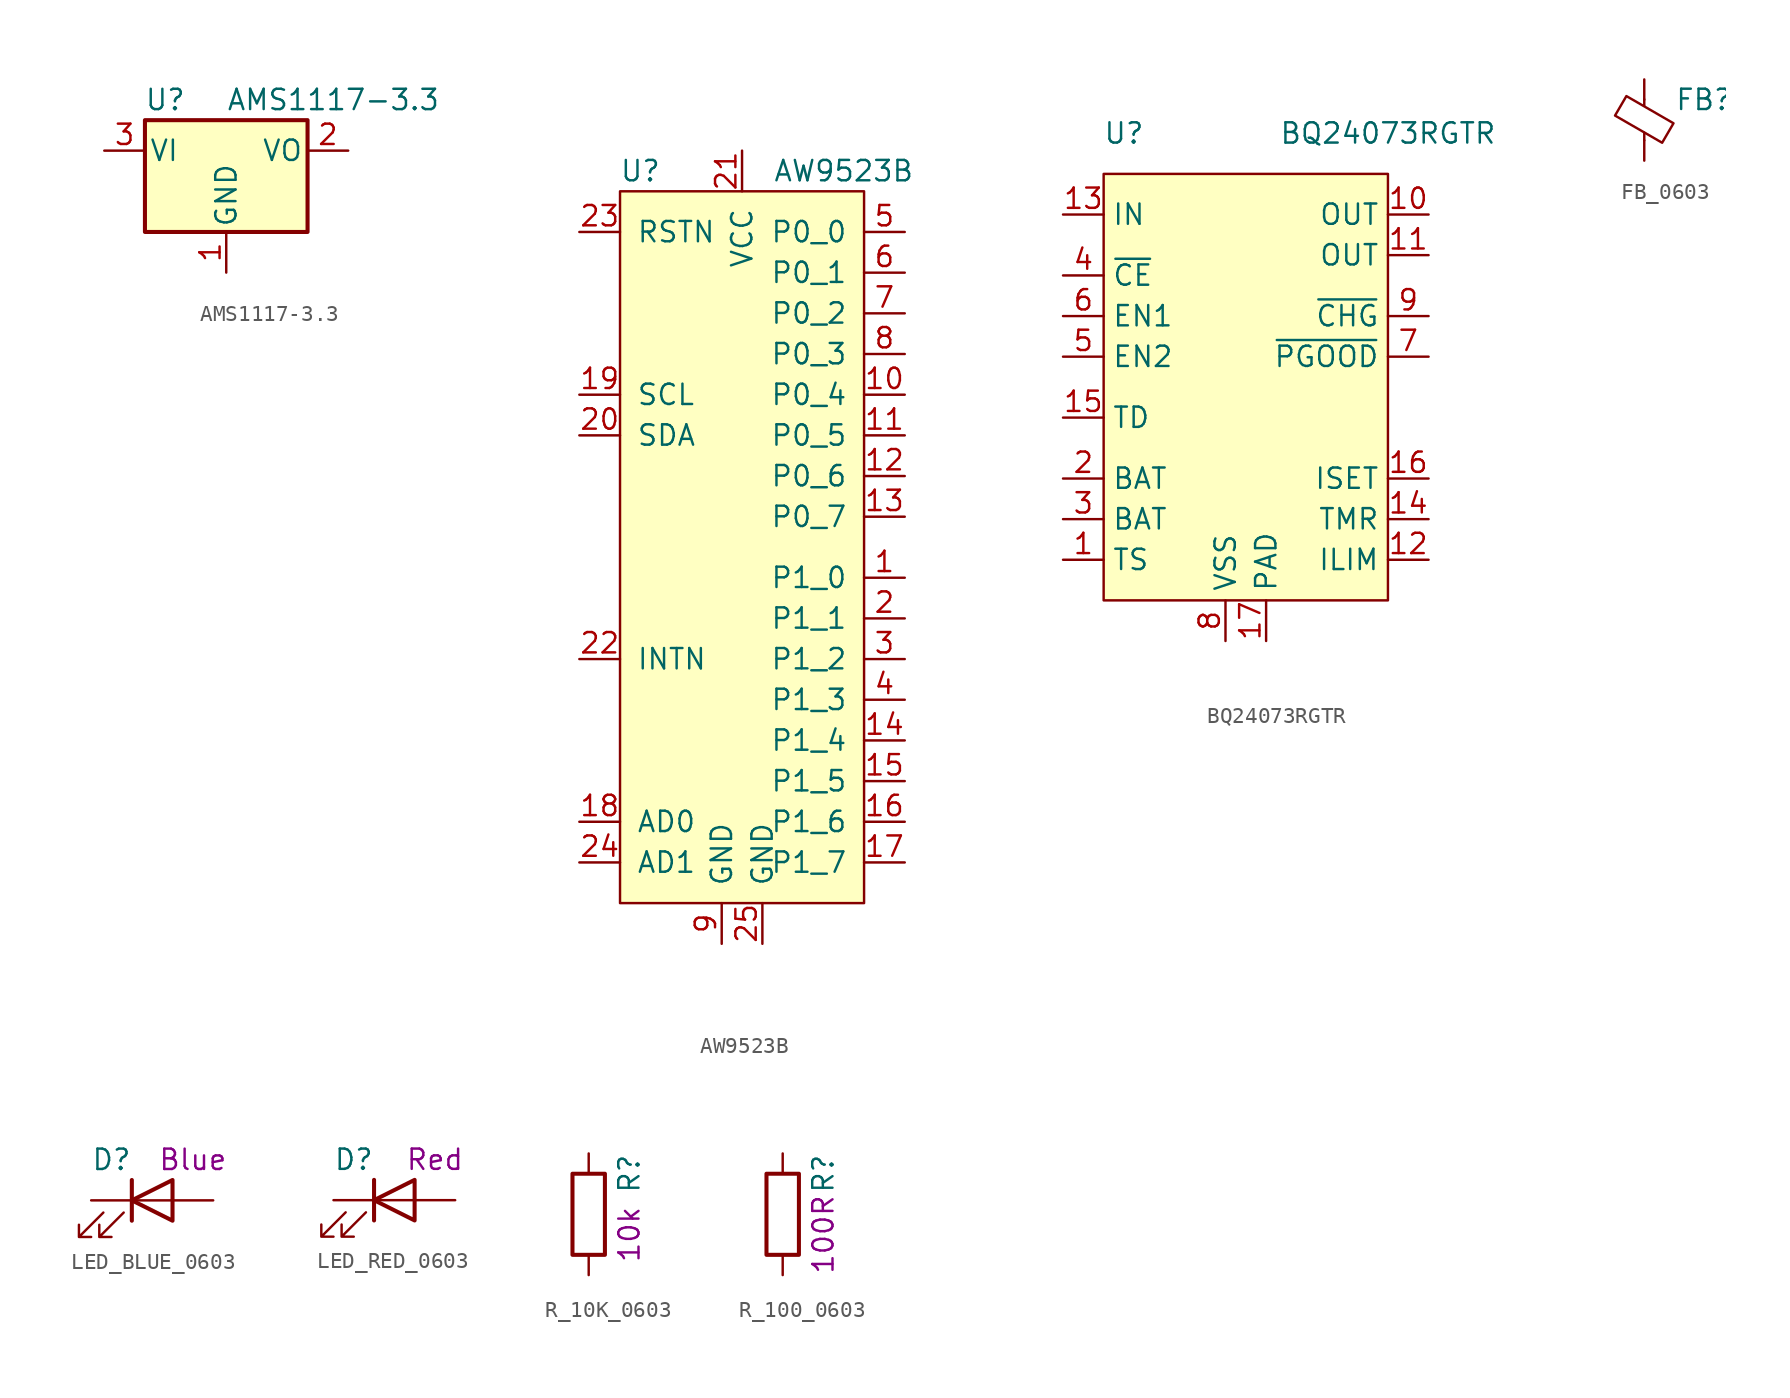
<source format=kicad_sym>
(kicad_symbol_lib
  (version 20241209)
  (generator "kicad_symbol_editor")
  (generator_version "9.0")
  (symbol "AMS1117-3.3"
    (pin_names
      (offset 0.254))
    (property "Reference" "U"
      (at -3.81 3.175 0)
      (effects (font (size 1.27 1.27))))
    (property "Value" "AMS1117-3.3"
      (at 0 3.175 0)
      (effects (font (size 1.27 1.27)) (justify left)))
    (symbol "AMS1117-3.3_0_1"
      (rectangle (start -5.08 -5.08) (end 5.08 1.905) (stroke (width 0.254) (type default)) (fill (type background))))
    (symbol "AMS1117-3.3_1_1"
      (pin power_in line (at -7.62 0 0) (length 2.54) (name "VI" (effects (font (size 1.27 1.27)))) (number "3" (effects (font (size 1.27 1.27)))))
      (pin power_in line (at 0 -7.62 90) (length 2.54) (name "GND" (effects (font (size 1.27 1.27)))) (number "1" (effects (font (size 1.27 1.27)))))
      (pin power_out line (at 7.62 0 180) (length 2.54) (name "VO" (effects (font (size 1.27 1.27)))) (number "2" (effects (font (size 1.27 1.27)))))))
  (symbol "AW9523B"
    (pin_names
      (offset 1.016))
    (property "Reference" "U"
      (at -6.35 24.13 0)
      (effects (font (size 1.27 1.27))))
    (property "Value" "AW9523B"
      (at 6.35 24.13 0)
      (effects (font (size 1.27 1.27))))
    (symbol "AW9523B_0_1"
      (rectangle (start 7.62 22.86) (end -7.62 -21.59) (stroke (width 0) (type default)) (fill (type background))))
    (symbol "AW9523B_1_1"
      (pin input line (at -10.16 20.32 0) (length 2.54) (name "RSTN" (effects (font (size 1.27 1.27)))) (number "23" (effects (font (size 1.27 1.27)))))
      (pin input line (at -10.16 10.16 0) (length 2.54) (name "SCL" (effects (font (size 1.27 1.27)))) (number "19" (effects (font (size 1.27 1.27)))))
      (pin bidirectional line (at -10.16 7.62 0) (length 2.54) (name "SDA" (effects (font (size 1.27 1.27)))) (number "20" (effects (font (size 1.27 1.27)))))
      (pin output line (at -10.16 -6.35 0) (length 2.54) (name "INTN" (effects (font (size 1.27 1.27)))) (number "22" (effects (font (size 1.27 1.27)))))
      (pin input line (at -10.16 -16.51 0) (length 2.54) (name "AD0" (effects (font (size 1.27 1.27)))) (number "18" (effects (font (size 1.27 1.27)))))
      (pin input line (at -10.16 -19.05 0) (length 2.54) (name "AD1" (effects (font (size 1.27 1.27)))) (number "24" (effects (font (size 1.27 1.27)))))
      (pin power_in line (at -1.27 -24.13 90) (length 2.54) (name "GND" (effects (font (size 1.27 1.27)))) (number "9" (effects (font (size 1.27 1.27)))))
      (pin power_in line (at 0 25.4 270) (length 2.54) (name "VCC" (effects (font (size 1.27 1.27)))) (number "21" (effects (font (size 1.27 1.27)))))
      (pin power_in line (at 1.27 -24.13 90) (length 2.54) (name "GND" (effects (font (size 1.27 1.27)))) (number "25" (effects (font (size 1.27 1.27)))))
      (pin bidirectional line (at 10.16 20.32 180) (length 2.54) (name "P0_0" (effects (font (size 1.27 1.27)))) (number "5" (effects (font (size 1.27 1.27)))))
      (pin bidirectional line (at 10.16 17.78 180) (length 2.54) (name "P0_1" (effects (font (size 1.27 1.27)))) (number "6" (effects (font (size 1.27 1.27)))))
      (pin bidirectional line (at 10.16 15.24 180) (length 2.54) (name "P0_2" (effects (font (size 1.27 1.27)))) (number "7" (effects (font (size 1.27 1.27)))))
      (pin bidirectional line (at 10.16 12.7 180) (length 2.54) (name "P0_3" (effects (font (size 1.27 1.27)))) (number "8" (effects (font (size 1.27 1.27)))))
      (pin bidirectional line (at 10.16 10.16 180) (length 2.54) (name "P0_4" (effects (font (size 1.27 1.27)))) (number "10" (effects (font (size 1.27 1.27)))))
      (pin bidirectional line (at 10.16 7.62 180) (length 2.54) (name "P0_5" (effects (font (size 1.27 1.27)))) (number "11" (effects (font (size 1.27 1.27)))))
      (pin bidirectional line (at 10.16 5.08 180) (length 2.54) (name "P0_6" (effects (font (size 1.27 1.27)))) (number "12" (effects (font (size 1.27 1.27)))))
      (pin bidirectional line (at 10.16 2.54 180) (length 2.54) (name "P0_7" (effects (font (size 1.27 1.27)))) (number "13" (effects (font (size 1.27 1.27)))))
      (pin bidirectional line (at 10.16 -1.27 180) (length 2.54) (name "P1_0" (effects (font (size 1.27 1.27)))) (number "1" (effects (font (size 1.27 1.27)))))
      (pin bidirectional line (at 10.16 -3.81 180) (length 2.54) (name "P1_1" (effects (font (size 1.27 1.27)))) (number "2" (effects (font (size 1.27 1.27)))))
      (pin bidirectional line (at 10.16 -6.35 180) (length 2.54) (name "P1_2" (effects (font (size 1.27 1.27)))) (number "3" (effects (font (size 1.27 1.27)))))
      (pin bidirectional line (at 10.16 -8.89 180) (length 2.54) (name "P1_3" (effects (font (size 1.27 1.27)))) (number "4" (effects (font (size 1.27 1.27)))))
      (pin bidirectional line (at 10.16 -11.43 180) (length 2.54) (name "P1_4" (effects (font (size 1.27 1.27)))) (number "14" (effects (font (size 1.27 1.27)))))
      (pin bidirectional line (at 10.16 -13.97 180) (length 2.54) (name "P1_5" (effects (font (size 1.27 1.27)))) (number "15" (effects (font (size 1.27 1.27)))))
      (pin bidirectional line (at 10.16 -16.51 180) (length 2.54) (name "P1_6" (effects (font (size 1.27 1.27)))) (number "16" (effects (font (size 1.27 1.27)))))
      (pin bidirectional line (at 10.16 -19.05 180) (length 2.54) (name "P1_7" (effects (font (size 1.27 1.27)))) (number "17" (effects (font (size 1.27 1.27)))))))
  (symbol "BQ24073RGTR"
    (property "Reference" "U"
      (at -7.62 16.51 0)
      (effects (font (size 1.27 1.27))))
    (property "Value" "BQ24073RGTR"
      (at 8.89 16.51 0)
      (effects (font (size 1.27 1.27))))
    (symbol "BQ24073RGTR_0_1"
      (rectangle (start -8.89 13.97) (end 8.89 -12.7) (stroke (width 0.152) (type default)) (fill (type background))))
    (symbol "BQ24073RGTR_1_1"
      (pin power_in line (at -11.43 11.43 0) (length 2.54) (name "IN" (effects (font (size 1.27 1.27)))) (number "13" (effects (font (size 1.27 1.27)))))
      (pin input line (at -11.43 7.62 0) (length 2.54) (name "~{CE}" (effects (font (size 1.27 1.27)))) (number "4" (effects (font (size 1.27 1.27)))))
      (pin input line (at -11.43 5.08 0) (length 2.54) (name "EN1" (effects (font (size 1.27 1.27)))) (number "6" (effects (font (size 1.27 1.27)))))
      (pin input line (at -11.43 2.54 0) (length 2.54) (name "EN2" (effects (font (size 1.27 1.27)))) (number "5" (effects (font (size 1.27 1.27)))))
      (pin input line (at -11.43 -1.27 0) (length 2.54) (name "TD" (effects (font (size 1.27 1.27)))) (number "15" (effects (font (size 1.27 1.27)))))
      (pin power_in line (at -11.43 -5.08 0) (length 2.54) (name "BAT" (effects (font (size 1.27 1.27)))) (number "2" (effects (font (size 1.27 1.27)))))
      (pin power_in line (at -11.43 -7.62 0) (length 2.54) (name "BAT" (effects (font (size 1.27 1.27)))) (number "3" (effects (font (size 1.27 1.27)))))
      (pin input line (at -11.43 -10.16 0) (length 2.54) (name "TS" (effects (font (size 1.27 1.27)))) (number "1" (effects (font (size 1.27 1.27)))))
      (pin power_in line (at -1.27 -15.24 90) (length 2.54) (name "VSS" (effects (font (size 1.27 1.27)))) (number "8" (effects (font (size 1.27 1.27)))))
      (pin power_in line (at 1.27 -15.24 90) (length 2.54) (name "PAD" (effects (font (size 1.27 1.27)))) (number "17" (effects (font (size 1.27 1.27)))))
      (pin power_out line (at 11.43 11.43 180) (length 2.54) (name "OUT" (effects (font (size 1.27 1.27)))) (number "10" (effects (font (size 1.27 1.27)))))
      (pin power_out line (at 11.43 8.89 180) (length 2.54) (name "OUT" (effects (font (size 1.27 1.27)))) (number "11" (effects (font (size 1.27 1.27)))))
      (pin output line (at 11.43 5.08 180) (length 2.54) (name "~{CHG}" (effects (font (size 1.27 1.27)))) (number "9" (effects (font (size 1.27 1.27)))))
      (pin output line (at 11.43 2.54 180) (length 2.54) (name "~{PGOOD}" (effects (font (size 1.27 1.27)))) (number "7" (effects (font (size 1.27 1.27)))))
      (pin input line (at 11.43 -5.08 180) (length 2.54) (name "ISET" (effects (font (size 1.27 1.27)))) (number "16" (effects (font (size 1.27 1.27)))))
      (pin input line (at 11.43 -7.62 180) (length 2.54) (name "TMR" (effects (font (size 1.27 1.27)))) (number "14" (effects (font (size 1.27 1.27)))))
      (pin input line (at 11.43 -10.16 180) (length 2.54) (name "ILIM" (effects (font (size 1.27 1.27)))) (number "12" (effects (font (size 1.27 1.27)))))))
  (symbol "FB_0603"
    (pin_numbers
      (hide yes))
    (pin_names
      (offset 0))
    (property "Reference" "FB"
      (at 1.905 1.27 0)
      (effects (font (size 1.27 1.27)) (justify left)))
    (symbol "FB_0603_0_1"
      (polyline (pts (xy -1.829 0.279) (xy -1.118 1.499) (xy 1.829 -0.203) (xy 1.118 -1.422) (xy -1.829 0.279)) (stroke (width 0) (type default)) (fill (type none)))
      (polyline (pts (xy 0 0.889) (xy 0 1.295)) (stroke (width 0) (type default)) (fill (type none)))
      (polyline (pts (xy 0 -1.27) (xy 0 -0.787)) (stroke (width 0) (type default)) (fill (type none))))
    (symbol "FB_0603_1_1"
      (pin passive line (at 0 2.54 270) (length 1.27) (name "~" (effects (font (size 1.27 1.27)))) (number "1" (effects (font (size 1.27 1.27)))))
      (pin passive line (at 0 -2.54 90) (length 1.27) (name "~" (effects (font (size 1.27 1.27)))) (number "2" (effects (font (size 1.27 1.27)))))))
  (symbol "LED_BLUE_0603"
    (pin_numbers
      (hide yes))
    (pin_names
      (offset 1.016)
      (hide yes))
    (property "Reference" "D"
      (at -2.54 2.54 0)
      (effects (font (size 1.27 1.27))))
    (property "Display" "Blue"
      (at 2.54 2.54 0)
      (effects (font (size 1.27 1.27))))
    (symbol "LED_BLUE_0603_0_1"
      (polyline (pts (xy -3.048 -0.762) (xy -4.572 -2.286) (xy -3.81 -2.286) (xy -4.572 -2.286) (xy -4.572 -1.524)) (stroke (width 0) (type default)) (fill (type none)))
      (polyline (pts (xy -1.778 -0.762) (xy -3.302 -2.286) (xy -2.54 -2.286) (xy -3.302 -2.286) (xy -3.302 -1.524)) (stroke (width 0) (type default)) (fill (type none)))
      (polyline (pts (xy -1.27 0) (xy 1.27 0)) (stroke (width 0) (type default)) (fill (type none)))
      (polyline (pts (xy -1.27 -1.27) (xy -1.27 1.27)) (stroke (width 0.254) (type default)) (fill (type none)))
      (polyline (pts (xy 1.27 -1.27) (xy 1.27 1.27) (xy -1.27 0) (xy 1.27 -1.27)) (stroke (width 0.254) (type default)) (fill (type none))))
    (symbol "LED_BLUE_0603_1_1"
      (pin passive line (at -3.81 0 0) (length 2.54) (name "K" (effects (font (size 1.27 1.27)))) (number "1" (effects (font (size 1.27 1.27)))))
      (pin passive line (at 3.81 0 180) (length 2.54) (name "A" (effects (font (size 1.27 1.27)))) (number "2" (effects (font (size 1.27 1.27)))))))
  (symbol "LED_RED_0603"
    (pin_numbers
      (hide yes))
    (pin_names
      (offset 1.016)
      (hide yes))
    (property "Reference" "D"
      (at -2.54 2.54 0)
      (effects (font (size 1.27 1.27))))
    (property "Display" "Red"
      (at 2.54 2.54 0)
      (effects (font (size 1.27 1.27))))
    (symbol "LED_RED_0603_0_1"
      (polyline (pts (xy -3.048 -0.762) (xy -4.572 -2.286) (xy -3.81 -2.286) (xy -4.572 -2.286) (xy -4.572 -1.524)) (stroke (width 0) (type default)) (fill (type none)))
      (polyline (pts (xy -1.778 -0.762) (xy -3.302 -2.286) (xy -2.54 -2.286) (xy -3.302 -2.286) (xy -3.302 -1.524)) (stroke (width 0) (type default)) (fill (type none)))
      (polyline (pts (xy -1.27 0) (xy 1.27 0)) (stroke (width 0) (type default)) (fill (type none)))
      (polyline (pts (xy -1.27 -1.27) (xy -1.27 1.27)) (stroke (width 0.254) (type default)) (fill (type none)))
      (polyline (pts (xy 1.27 -1.27) (xy 1.27 1.27) (xy -1.27 0) (xy 1.27 -1.27)) (stroke (width 0.254) (type default)) (fill (type none))))
    (symbol "LED_RED_0603_1_1"
      (pin passive line (at -3.81 0 0) (length 2.54) (name "K" (effects (font (size 1.27 1.27)))) (number "1" (effects (font (size 1.27 1.27)))))
      (pin passive line (at 3.81 0 180) (length 2.54) (name "A" (effects (font (size 1.27 1.27)))) (number "2" (effects (font (size 1.27 1.27)))))))
  (symbol "R_10K_0603"
    (pin_numbers
      (hide yes))
    (pin_names
      (offset 0))
    (property "Reference" "R"
      (at 2.54 2.54 90)
      (effects (font (size 1.27 1.27))))
    (property "Display" "10k"
      (at 2.54 -1.27 90)
      (effects (font (size 1.27 1.27))))
    (symbol "R_10K_0603_0_1"
      (rectangle (start -1.016 -2.54) (end 1.016 2.54) (stroke (width 0.254) (type default)) (fill (type none))))
    (symbol "R_10K_0603_1_1"
      (pin passive line (at 0 3.81 270) (length 1.27) (name "~" (effects (font (size 1.27 1.27)))) (number "1" (effects (font (size 1.27 1.27)))))
      (pin passive line (at 0 -3.81 90) (length 1.27) (name "~" (effects (font (size 1.27 1.27)))) (number "2" (effects (font (size 1.27 1.27)))))))
  (symbol "R_100_0603"
    (pin_numbers
      (hide yes))
    (pin_names
      (offset 0))
    (property "Reference" "R"
      (at 2.54 2.54 90)
      (effects (font (size 1.27 1.27))))
    (property "Display" "100R"
      (at 2.54 -1.27 90)
      (effects (font (size 1.27 1.27))))
    (symbol "R_100_0603_0_1"
      (rectangle (start -1.016 -2.54) (end 1.016 2.54) (stroke (width 0.254) (type default)) (fill (type none))))
    (symbol "R_100_0603_1_1"
      (pin passive line (at 0 3.81 270) (length 1.27) (name "~" (effects (font (size 1.27 1.27)))) (number "1" (effects (font (size 1.27 1.27)))))
      (pin passive line (at 0 -3.81 90) (length 1.27) (name "~" (effects (font (size 1.27 1.27)))) (number "2" (effects (font (size 1.27 1.27))))))))
</source>
